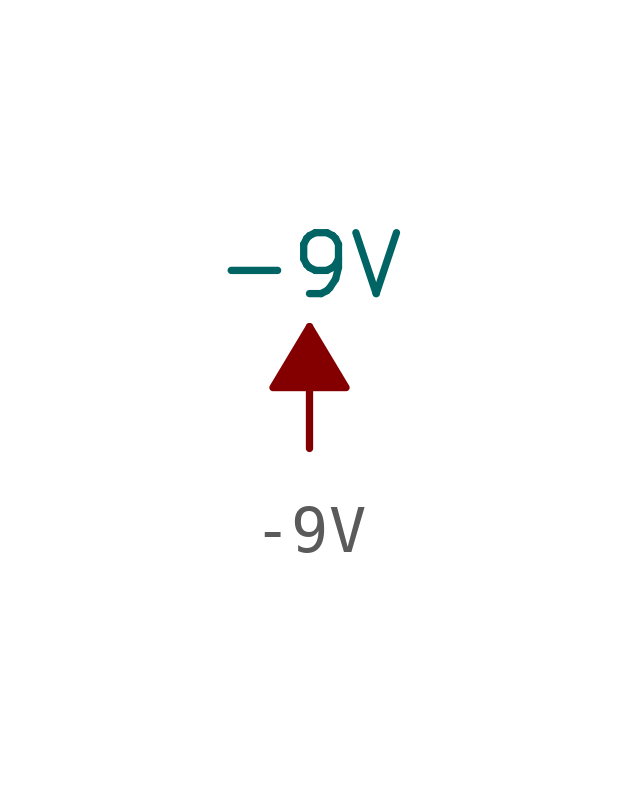
<source format=kicad_sym>
(kicad_symbol_lib
  (version 20231120)
  (generator "kicad_symbol_editor")
  (generator_version "8.0")
  (symbol "-9V"
    (power)
    (pin_numbers hide)
    (pin_names
      (offset 0) hide)
    (property "Reference" "#PWR"
      (at 0 -3.175 0)
      (effects (font (size 1.27 1.27)) (hide yes)))
    (property "Value" "-9V"
      (at 0 3.81 0)
      (effects (font (size 1.27 1.27))))
    (symbol "-9V_0_1"
      (polyline (pts (xy 0 0) (xy 0 2.54)) (stroke (width 0) (type default)) (fill (type none)))
      (polyline (pts (xy 0.762 1.27) (xy -0.762 1.27) (xy 0 2.54) (xy 0.762 1.27)) (stroke (width 0) (type default)) (fill (type outline))))
    (symbol "-9V_1_1"
      (pin power_in line (at 0 0 90) (length 0) hide (name "-9V" (effects (font (size 1.27 1.27)))) (number "1" (effects (font (size 1.27 1.27))))))))
</source>
